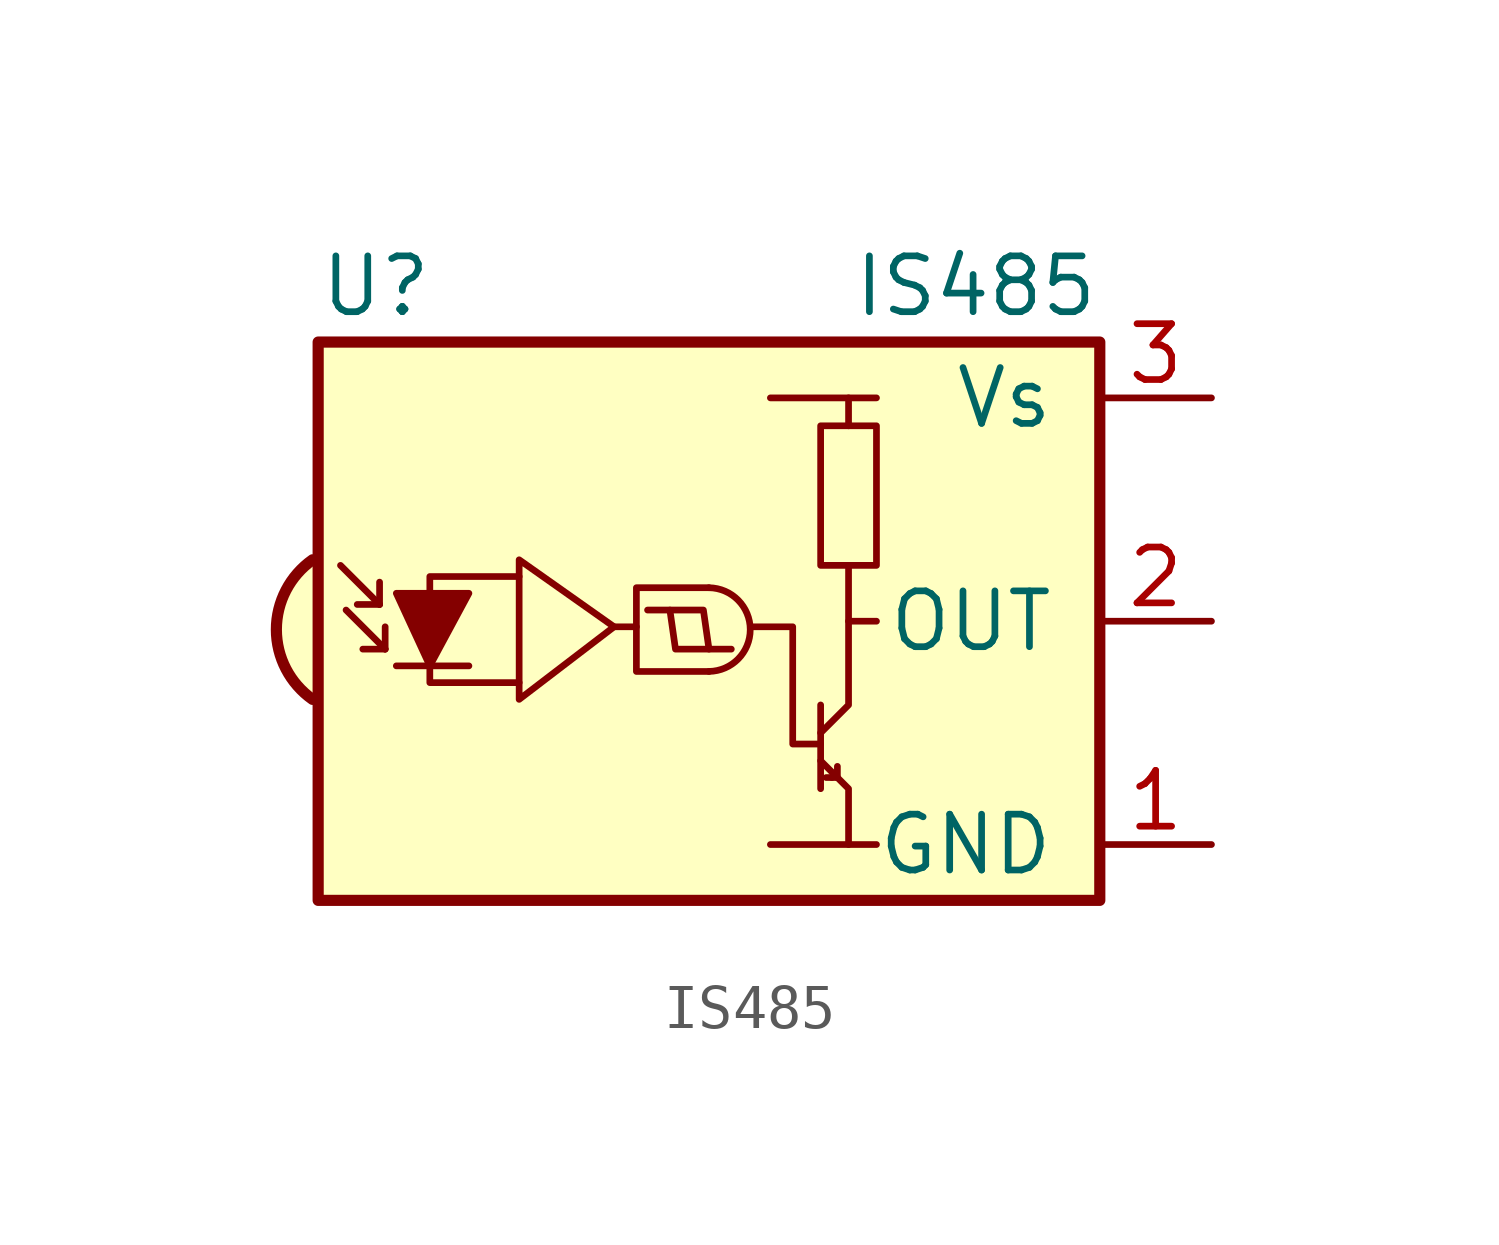
<source format=kicad_sym>
(kicad_symbol_lib
  (version 20201005)
  (generator kicad_symbol_editor)
  (symbol "Interface_Optical:IS485"
    (pin_names
      (offset 1.016))
    (property "Reference" "U"
      (at -10.16 7.62 0)
      (effects (font (size 1.27 1.27)) (justify left)))
    (property "Value" "IS485"
      (at 7.62 7.62 0)
      (effects (font (size 1.27 1.27)) (justify right)))
    (symbol "IS485_0_0"
      (arc (start -10.287 1.397) (end -10.287 -1.778) (radius (at -9.144 -0.1778) (length 1.9558) (angles 126 -125.5)) (stroke (width 0.254)) (fill (type background)))
      (polyline (pts (xy 1.905 -5.08) (xy 0.127 -5.08)) (stroke (width 0)) (fill (type none)))
      (polyline (pts (xy 1.905 5.08) (xy 0.127 5.08)) (stroke (width 0)) (fill (type none))))
    (symbol "IS485_0_1"
      (arc (start -1.27 -1.143) (end -1.27 0.762) (radius (at -1.27 -0.1778) (length 0.9398) (angles -89.9 89.9)) (stroke (width 0)) (fill (type none)))
      (rectangle (start 2.54 1.27) (end 1.27 4.445) (stroke (width 0)) (fill (type none)))
      (rectangle (start 7.62 6.35) (end -10.16 -6.35) (stroke (width 0.254)) (fill (type background)))
      (polyline (pts (xy -8.763 0.381) (xy -9.652 1.27)) (stroke (width 0)) (fill (type none)))
      (polyline (pts (xy -8.763 0.381) (xy -9.271 0.381)) (stroke (width 0)) (fill (type none)))
      (polyline (pts (xy -8.763 0.381) (xy -8.763 0.889)) (stroke (width 0)) (fill (type none)))
      (polyline (pts (xy -8.636 -0.635) (xy -9.525 0.254)) (stroke (width 0)) (fill (type none)))
      (polyline (pts (xy -8.636 -0.635) (xy -9.144 -0.635)) (stroke (width 0)) (fill (type none)))
      (polyline (pts (xy -8.636 -0.635) (xy -8.636 -0.127)) (stroke (width 0)) (fill (type none)))
      (polyline (pts (xy -8.382 -1.016) (xy -6.731 -1.016)) (stroke (width 0)) (fill (type none)))
      (polyline (pts (xy -3.429 -0.127) (xy -2.921 -0.127)) (stroke (width 0)) (fill (type none)))
      (polyline (pts (xy 1.27 -1.905) (xy 1.27 -3.81)) (stroke (width 0)) (fill (type none)))
      (polyline (pts (xy 1.397 -3.556) (xy 1.524 -3.556)) (stroke (width 0)) (fill (type none)))
      (polyline (pts (xy 1.651 -3.556) (xy 1.524 -3.556)) (stroke (width 0)) (fill (type none)))
      (polyline (pts (xy 1.651 -3.556) (xy 1.651 -3.302)) (stroke (width 0)) (fill (type none)))
      (polyline (pts (xy 1.905 0) (xy 1.905 1.27)) (stroke (width 0)) (fill (type none)))
      (polyline (pts (xy -2.667 0.254) (xy -1.397 0.254) (xy -1.27 -0.635)) (stroke (width 0)) (fill (type none)))
      (polyline (pts (xy -0.762 -0.635) (xy -2.032 -0.635) (xy -2.159 0.254)) (stroke (width 0)) (fill (type none)))
      (polyline (pts (xy 1.905 4.445) (xy 1.905 5.08) (xy 2.54 5.08)) (stroke (width 0)) (fill (type none)))
      (polyline (pts (xy -8.382 0.635) (xy -6.731 0.635) (xy -7.62 -1.016) (xy -8.382 0.635)) (stroke (width 0)) (fill (type outline)))
      (polyline (pts (xy -5.588 -1.397) (xy -7.62 -1.397) (xy -7.62 1.016) (xy -5.588 1.016)) (stroke (width 0)) (fill (type none)))
      (polyline (pts (xy -3.429 -0.127) (xy -5.588 1.397) (xy -5.588 -1.778) (xy -3.429 -0.127)) (stroke (width 0)) (fill (type none)))
      (polyline (pts (xy -1.27 0.762) (xy -2.921 0.762) (xy -2.921 -1.143) (xy -1.27 -1.143)) (stroke (width 0)) (fill (type none)))
      (polyline (pts (xy 1.27 -3.175) (xy 1.905 -3.81) (xy 1.905 -5.08) (xy 2.54 -5.08)) (stroke (width 0)) (fill (type none)))
      (polyline (pts (xy 1.27 -2.794) (xy 0.635 -2.794) (xy 0.635 -0.127) (xy -0.254 -0.127)) (stroke (width 0)) (fill (type none)))
      (polyline (pts (xy 1.27 -2.54) (xy 1.905 -1.905) (xy 1.905 0) (xy 2.54 0)) (stroke (width 0)) (fill (type none))))
    (symbol "IS485_1_1"
      (pin power_in line (at 10.16 -5.08 180) (length 2.54) (name "GND" (effects (font (size 1.27 1.27)))) (number "1" (effects (font (size 1.27 1.27)))))
      (pin output line (at 10.16 0 180) (length 2.54) (name "OUT" (effects (font (size 1.27 1.27)))) (number "2" (effects (font (size 1.27 1.27)))))
      (pin power_in line (at 10.16 5.08 180) (length 2.54) (name "Vs" (effects (font (size 1.27 1.27)))) (number "3" (effects (font (size 1.27 1.27))))))))
</source>
